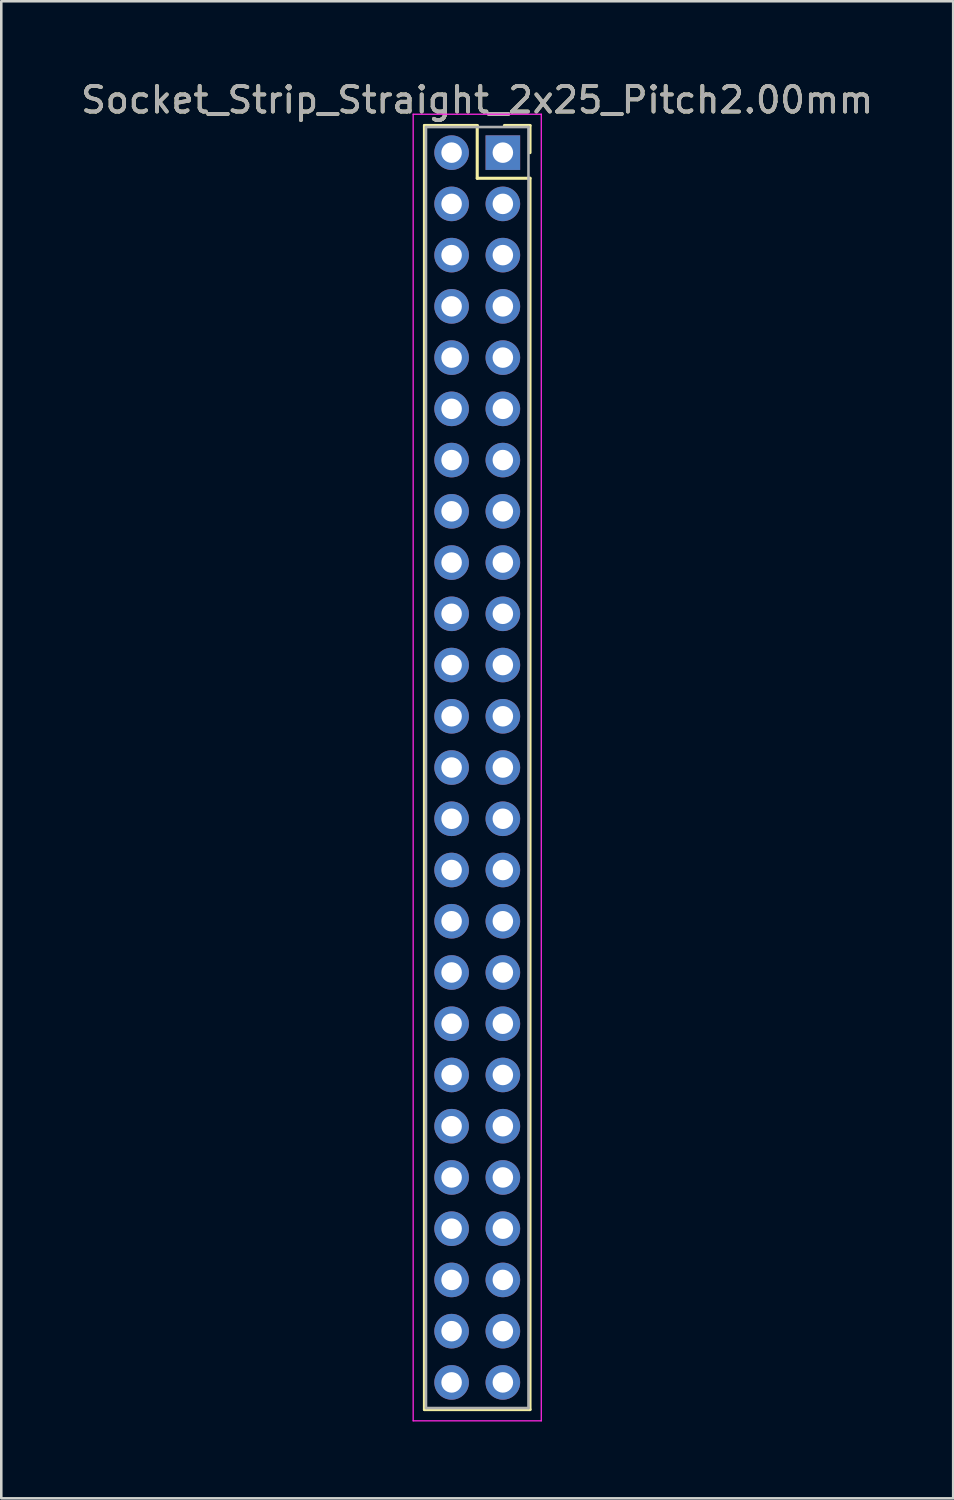
<source format=kicad_pcb>
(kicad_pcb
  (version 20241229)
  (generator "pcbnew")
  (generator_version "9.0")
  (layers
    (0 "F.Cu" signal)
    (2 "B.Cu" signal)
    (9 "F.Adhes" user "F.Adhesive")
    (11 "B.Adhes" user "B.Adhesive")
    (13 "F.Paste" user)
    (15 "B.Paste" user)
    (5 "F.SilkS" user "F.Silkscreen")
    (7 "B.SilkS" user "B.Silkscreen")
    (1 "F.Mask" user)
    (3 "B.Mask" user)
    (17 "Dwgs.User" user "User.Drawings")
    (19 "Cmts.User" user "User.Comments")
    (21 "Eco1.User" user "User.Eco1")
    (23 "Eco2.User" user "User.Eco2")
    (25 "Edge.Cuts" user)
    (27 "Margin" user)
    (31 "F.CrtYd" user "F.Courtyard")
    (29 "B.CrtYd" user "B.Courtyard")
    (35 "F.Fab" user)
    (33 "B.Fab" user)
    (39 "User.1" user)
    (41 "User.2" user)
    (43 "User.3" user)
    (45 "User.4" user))
  (footprint "Socket_Strip_Straight_2x25_Pitch2.00mm"
    (layer "F.Cu")
    (at 16.577 2.908)
    (property "Reference" "Socket_Strip_Straight_2x25_Pitch2.00mm" (at -1 -2.06 0) (layer "F.SilkS") (effects (font (size 1 1) (thickness 0.15))))
    (attr through_hole)
    (fp_line (start -3.06 -1.06) (end -1 -1.06) (stroke (width 0.12) (type solid)) (layer "F.SilkS"))
    (fp_line (start -3.06 49.06) (end -3.06 -1.06) (stroke (width 0.12) (type solid)) (layer "F.SilkS"))
    (fp_line (start -1 -1.06) (end -1 1) (stroke (width 0.12) (type solid)) (layer "F.SilkS"))
    (fp_line (start -1 1) (end 1.06 1) (stroke (width 0.12) (type solid)) (layer "F.SilkS"))
    (fp_line (start 1.06 -1.06) (end 0.06 -1.06) (stroke (width 0.12) (type solid)) (layer "F.SilkS"))
    (fp_line (start 1.06 0) (end 1.06 -1.06) (stroke (width 0.12) (type solid)) (layer "F.SilkS"))
    (fp_line (start 1.06 1) (end 1.06 49.06) (stroke (width 0.12) (type solid)) (layer "F.SilkS"))
    (fp_line (start 1.06 49.06) (end -3.06 49.06) (stroke (width 0.12) (type solid)) (layer "F.SilkS"))
    (fp_line (start -3.5 -1.5) (end -3.5 49.5) (stroke (width 0.05) (type solid)) (layer "F.CrtYd"))
    (fp_line (start -3.5 49.5) (end 1.5 49.5) (stroke (width 0.05) (type solid)) (layer "F.CrtYd"))
    (fp_line (start 1.5 -1.5) (end -3.5 -1.5) (stroke (width 0.05) (type solid)) (layer "F.CrtYd"))
    (fp_line (start 1.5 49.5) (end 1.5 -1.5) (stroke (width 0.05) (type solid)) (layer "F.CrtYd"))
    (fp_line (start -3 -1) (end -3 49) (stroke (width 0.1) (type solid)) (layer "F.Fab"))
    (fp_line (start -3 49) (end 1 49) (stroke (width 0.1) (type solid)) (layer "F.Fab"))
    (fp_line (start 1 -1) (end -3 -1) (stroke (width 0.1) (type solid)) (layer "F.Fab"))
    (fp_line (start 1 49) (end 1 -1) (stroke (width 0.1) (type solid)) (layer "F.Fab"))
    (fp_text user "${REFERENCE}" (at -1 -2.06 0) (layer "F.Fab") (effects (font (size 1 1) (thickness 0.15))))
    (pad "1" thru_hole rect (at 0 0) (size 1.35 1.35) (drill 0.8) (layers "*.Cu" "*.Mask"))
    (pad "2" thru_hole oval (at -2 0) (size 1.35 1.35) (drill 0.8) (layers "*.Cu" "*.Mask"))
    (pad "3" thru_hole oval (at 0 2) (size 1.35 1.35) (drill 0.8) (layers "*.Cu" "*.Mask"))
    (pad "4" thru_hole oval (at -2 2) (size 1.35 1.35) (drill 0.8) (layers "*.Cu" "*.Mask"))
    (pad "5" thru_hole oval (at 0 4) (size 1.35 1.35) (drill 0.8) (layers "*.Cu" "*.Mask"))
    (pad "6" thru_hole oval (at -2 4) (size 1.35 1.35) (drill 0.8) (layers "*.Cu" "*.Mask"))
    (pad "7" thru_hole oval (at 0 6) (size 1.35 1.35) (drill 0.8) (layers "*.Cu" "*.Mask"))
    (pad "8" thru_hole oval (at -2 6) (size 1.35 1.35) (drill 0.8) (layers "*.Cu" "*.Mask"))
    (pad "9" thru_hole oval (at 0 8) (size 1.35 1.35) (drill 0.8) (layers "*.Cu" "*.Mask"))
    (pad "10" thru_hole oval (at -2 8) (size 1.35 1.35) (drill 0.8) (layers "*.Cu" "*.Mask"))
    (pad "11" thru_hole oval (at 0 10) (size 1.35 1.35) (drill 0.8) (layers "*.Cu" "*.Mask"))
    (pad "12" thru_hole oval (at -2 10) (size 1.35 1.35) (drill 0.8) (layers "*.Cu" "*.Mask"))
    (pad "13" thru_hole oval (at 0 12) (size 1.35 1.35) (drill 0.8) (layers "*.Cu" "*.Mask"))
    (pad "14" thru_hole oval (at -2 12) (size 1.35 1.35) (drill 0.8) (layers "*.Cu" "*.Mask"))
    (pad "15" thru_hole oval (at 0 14) (size 1.35 1.35) (drill 0.8) (layers "*.Cu" "*.Mask"))
    (pad "16" thru_hole oval (at -2 14) (size 1.35 1.35) (drill 0.8) (layers "*.Cu" "*.Mask"))
    (pad "17" thru_hole oval (at 0 16) (size 1.35 1.35) (drill 0.8) (layers "*.Cu" "*.Mask"))
    (pad "18" thru_hole oval (at -2 16) (size 1.35 1.35) (drill 0.8) (layers "*.Cu" "*.Mask"))
    (pad "19" thru_hole oval (at 0 18) (size 1.35 1.35) (drill 0.8) (layers "*.Cu" "*.Mask"))
    (pad "20" thru_hole oval (at -2 18) (size 1.35 1.35) (drill 0.8) (layers "*.Cu" "*.Mask"))
    (pad "21" thru_hole oval (at 0 20) (size 1.35 1.35) (drill 0.8) (layers "*.Cu" "*.Mask"))
    (pad "22" thru_hole oval (at -2 20) (size 1.35 1.35) (drill 0.8) (layers "*.Cu" "*.Mask"))
    (pad "23" thru_hole oval (at 0 22) (size 1.35 1.35) (drill 0.8) (layers "*.Cu" "*.Mask"))
    (pad "24" thru_hole oval (at -2 22) (size 1.35 1.35) (drill 0.8) (layers "*.Cu" "*.Mask"))
    (pad "25" thru_hole oval (at 0 24) (size 1.35 1.35) (drill 0.8) (layers "*.Cu" "*.Mask"))
    (pad "26" thru_hole oval (at -2 24) (size 1.35 1.35) (drill 0.8) (layers "*.Cu" "*.Mask"))
    (pad "27" thru_hole oval (at 0 26) (size 1.35 1.35) (drill 0.8) (layers "*.Cu" "*.Mask"))
    (pad "28" thru_hole oval (at -2 26) (size 1.35 1.35) (drill 0.8) (layers "*.Cu" "*.Mask"))
    (pad "29" thru_hole oval (at 0 28) (size 1.35 1.35) (drill 0.8) (layers "*.Cu" "*.Mask"))
    (pad "30" thru_hole oval (at -2 28) (size 1.35 1.35) (drill 0.8) (layers "*.Cu" "*.Mask"))
    (pad "31" thru_hole oval (at 0 30) (size 1.35 1.35) (drill 0.8) (layers "*.Cu" "*.Mask"))
    (pad "32" thru_hole oval (at -2 30) (size 1.35 1.35) (drill 0.8) (layers "*.Cu" "*.Mask"))
    (pad "33" thru_hole oval (at 0 32) (size 1.35 1.35) (drill 0.8) (layers "*.Cu" "*.Mask"))
    (pad "34" thru_hole oval (at -2 32) (size 1.35 1.35) (drill 0.8) (layers "*.Cu" "*.Mask"))
    (pad "35" thru_hole oval (at 0 34) (size 1.35 1.35) (drill 0.8) (layers "*.Cu" "*.Mask"))
    (pad "36" thru_hole oval (at -2 34) (size 1.35 1.35) (drill 0.8) (layers "*.Cu" "*.Mask"))
    (pad "37" thru_hole oval (at 0 36) (size 1.35 1.35) (drill 0.8) (layers "*.Cu" "*.Mask"))
    (pad "38" thru_hole oval (at -2 36) (size 1.35 1.35) (drill 0.8) (layers "*.Cu" "*.Mask"))
    (pad "39" thru_hole oval (at 0 38) (size 1.35 1.35) (drill 0.8) (layers "*.Cu" "*.Mask"))
    (pad "40" thru_hole oval (at -2 38) (size 1.35 1.35) (drill 0.8) (layers "*.Cu" "*.Mask"))
    (pad "41" thru_hole oval (at 0 40) (size 1.35 1.35) (drill 0.8) (layers "*.Cu" "*.Mask"))
    (pad "42" thru_hole oval (at -2 40) (size 1.35 1.35) (drill 0.8) (layers "*.Cu" "*.Mask"))
    (pad "43" thru_hole oval (at 0 42) (size 1.35 1.35) (drill 0.8) (layers "*.Cu" "*.Mask"))
    (pad "44" thru_hole oval (at -2 42) (size 1.35 1.35) (drill 0.8) (layers "*.Cu" "*.Mask"))
    (pad "45" thru_hole oval (at 0 44) (size 1.35 1.35) (drill 0.8) (layers "*.Cu" "*.Mask"))
    (pad "46" thru_hole oval (at -2 44) (size 1.35 1.35) (drill 0.8) (layers "*.Cu" "*.Mask"))
    (pad "47" thru_hole oval (at 0 46) (size 1.35 1.35) (drill 0.8) (layers "*.Cu" "*.Mask"))
    (pad "48" thru_hole oval (at -2 46) (size 1.35 1.35) (drill 0.8) (layers "*.Cu" "*.Mask"))
    (pad "49" thru_hole oval (at 0 48) (size 1.35 1.35) (drill 0.8) (layers "*.Cu" "*.Mask"))
    (pad "50" thru_hole oval (at -2 48) (size 1.35 1.35) (drill 0.8) (layers "*.Cu" "*.Mask")))
  (gr_rect
    (start -3 -3)
    (end 34.155 55.433)
    (stroke (width 0.1) (type default))
    (fill no)
    (layer "Edge.Cuts")))
</source>
